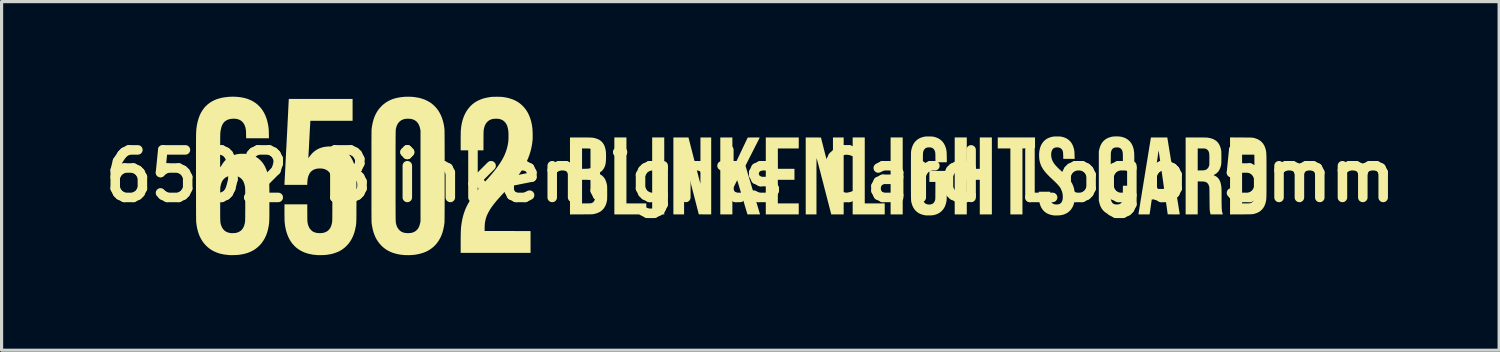
<source format=kicad_pcb>
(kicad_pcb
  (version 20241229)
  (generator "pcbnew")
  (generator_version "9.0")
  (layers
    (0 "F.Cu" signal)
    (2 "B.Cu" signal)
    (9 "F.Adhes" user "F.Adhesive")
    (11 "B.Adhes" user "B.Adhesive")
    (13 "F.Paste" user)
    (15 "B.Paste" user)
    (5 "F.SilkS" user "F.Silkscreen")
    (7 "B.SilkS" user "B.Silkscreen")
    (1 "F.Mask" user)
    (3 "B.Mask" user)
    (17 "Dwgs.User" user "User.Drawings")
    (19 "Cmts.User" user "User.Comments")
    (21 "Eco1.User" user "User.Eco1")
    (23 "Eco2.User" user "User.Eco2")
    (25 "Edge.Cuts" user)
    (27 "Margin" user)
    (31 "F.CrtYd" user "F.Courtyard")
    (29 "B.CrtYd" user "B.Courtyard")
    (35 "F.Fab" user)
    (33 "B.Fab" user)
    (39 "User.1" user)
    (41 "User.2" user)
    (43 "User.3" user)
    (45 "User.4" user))
  (footprint "6502 Blinkenlights Card Logo 5mm"
    (layer "F.Cu")
    (at 20.621 2.5)
    (property "Reference" "6502 Blinkenlights Card Logo 5mm" (at 0 0 0) (layer "F.SilkS") (effects (font (size 1.5 1.5) (thickness 0.3))))
    (attr board_only exclude_from_pos_files exclude_from_bom)
    (fp_poly (pts (xy -2.716 0) (xy -2.716 1.214) (xy -2.906 1.214) (xy -3.097 1.214) (xy -3.097 0) (xy -3.097 -1.214) (xy -2.906 -1.214) (xy -2.716 -1.214)) (stroke (width 0) (type solid)) (fill yes) (layer "F.SilkS"))
    (fp_poly (pts (xy 4.806 0) (xy 4.806 1.214) (xy 4.615 1.214) (xy 4.425 1.214) (xy 4.425 0) (xy 4.425 -1.214) (xy 4.615 -1.214) (xy 4.806 -1.214)) (stroke (width 0) (type solid)) (fill yes) (layer "F.SilkS"))
    (fp_poly (pts (xy -3.909 -0.173) (xy -3.909 0.867) (xy -3.596 0.867) (xy -3.283 0.867) (xy -3.283 1.041) (xy -3.283 1.214) (xy -3.786 1.214) (xy -4.29 1.214) (xy -4.29 0) (xy -4.29 -1.214) (xy -4.099 -1.214) (xy -3.909 -1.214)) (stroke (width 0) (type solid)) (fill yes) (layer "F.SilkS"))
    (fp_poly (pts (xy 3.609 -0.173) (xy 3.609 0.867) (xy 3.924 0.867) (xy 4.239 0.867) (xy 4.239 1.041) (xy 4.239 1.214) (xy 3.733 1.214) (xy 3.228 1.214) (xy 3.228 0) (xy 3.228 -1.214) (xy 3.418 -1.214) (xy 3.609 -1.214)) (stroke (width 0) (type solid)) (fill yes) (layer "F.SilkS"))
    (fp_poly (pts (xy 8.981 -1.041) (xy 8.981 -0.867) (xy 8.783 -0.867) (xy 8.584 -0.867) (xy 8.584 0.173) (xy 8.584 1.214) (xy 8.393 1.214) (xy 8.203 1.214) (xy 8.203 0.173) (xy 8.203 -0.867) (xy 8.004 -0.867) (xy 7.805 -0.867) (xy 7.805 -1.041) (xy 7.805 -1.214) (xy 8.393 -1.214) (xy 8.981 -1.214)) (stroke (width 0) (type solid)) (fill yes) (layer "F.SilkS"))
    (fp_poly (pts (xy 1.527 -1.041) (xy 1.527 -0.867) (xy 1.197 -0.867) (xy 0.867 -0.867) (xy 0.868 -0.547) (xy 0.869 -0.226) (xy 1.131 -0.225) (xy 1.392 -0.224) (xy 1.392 -0.051) (xy 1.392 0.123) (xy 1.13 0.123) (xy 0.867 0.123) (xy 0.867 0.495) (xy 0.867 0.867) (xy 1.197 0.867) (xy 1.527 0.867) (xy 1.527 1.041) (xy 1.527 1.214) (xy 1.007 1.214) (xy 0.487 1.214) (xy 0.487 0) (xy 0.487 -1.214) (xy 1.007 -1.214) (xy 1.527 -1.214)) (stroke (width 0) (type solid)) (fill yes) (layer "F.SilkS"))
    (fp_poly (pts (xy 6.828 -0.719) (xy 6.828 -0.224) (xy 7.033 -0.224) (xy 7.238 -0.224) (xy 7.238 -0.719) (xy 7.238 -1.214) (xy 7.429 -1.214) (xy 7.619 -1.214) (xy 7.619 0) (xy 7.619 1.214) (xy 7.429 1.214) (xy 7.238 1.214) (xy 7.238 0.668) (xy 7.238 0.123) (xy 7.033 0.123) (xy 6.828 0.123) (xy 6.828 0.668) (xy 6.828 1.214) (xy 6.638 1.214) (xy 6.447 1.214) (xy 6.447 0) (xy 6.447 -1.214) (xy 6.638 -1.214) (xy 6.828 -1.214)) (stroke (width 0) (type solid)) (fill yes) (layer "F.SilkS"))
    (fp_poly (pts (xy -1.766 -0.487) (xy -1.747 -0.41) (xy -1.728 -0.336) (xy -1.709 -0.264) (xy -1.692 -0.195) (xy -1.675 -0.13) (xy -1.659 -0.069) (xy -1.644 -0.012) (xy -1.631 0.041) (xy -1.618 0.088) (xy -1.607 0.129) (xy -1.598 0.165) (xy -1.59 0.194) (xy -1.584 0.217) (xy -1.58 0.232) (xy -1.578 0.24) (xy -1.577 0.241) (xy -1.577 0.237) (xy -1.576 0.225) (xy -1.576 0.205) (xy -1.576 0.178) (xy -1.575 0.144) (xy -1.575 0.104) (xy -1.575 0.059) (xy -1.575 0.007) (xy -1.574 -0.049) (xy -1.574 -0.11) (xy -1.574 -0.175) (xy -1.574 -0.244) (xy -1.574 -0.316) (xy -1.574 -0.391) (xy -1.574 -0.468) (xy -1.574 -0.487) (xy -1.574 -1.214) (xy -1.405 -1.214) (xy -1.235 -1.214) (xy -1.235 0.000042) (xy -1.235 1.214) (xy -1.43 1.213) (xy -1.626 1.212) (xy -1.853 0.33) (xy -1.875 0.246) (xy -1.896 0.163) (xy -1.917 0.084) (xy -1.937 0.007) (xy -1.956 -0.067) (xy -1.974 -0.137) (xy -1.991 -0.202) (xy -2.007 -0.264) (xy -2.021 -0.32) (xy -2.034 -0.372) (xy -2.046 -0.418) (xy -2.056 -0.458) (xy -2.065 -0.491) (xy -2.072 -0.518) (xy -2.077 -0.538) (xy -2.08 -0.551) (xy -2.081 -0.555) (xy -2.081 -0.555) (xy -2.085 -0.558) (xy -2.086 -0.558) (xy -2.086 -0.554) (xy -2.087 -0.542) (xy -2.087 -0.52) (xy -2.088 -0.491) (xy -2.088 -0.453) (xy -2.088 -0.407) (xy -2.089 -0.352) (xy -2.089 -0.289) (xy -2.089 -0.218) (xy -2.089 -0.138) (xy -2.09 -0.05) (xy -2.09 0.046) (xy -2.09 0.15) (xy -2.09 0.263) (xy -2.09 0.328) (xy -2.09 1.214) (xy -2.259 1.214) (xy -2.428 1.214) (xy -2.428 0) (xy -2.428 -1.214) (xy -2.19 -1.214) (xy -1.952 -1.214)) (stroke (width 0) (type solid)) (fill yes) (layer "F.SilkS"))
    (fp_poly (pts (xy 1.987 -1.213) (xy 2.227 -1.212) (xy 2.412 -0.487) (xy 2.431 -0.41) (xy 2.45 -0.336) (xy 2.469 -0.264) (xy 2.486 -0.196) (xy 2.503 -0.13) (xy 2.518 -0.069) (xy 2.533 -0.012) (xy 2.546 0.04) (xy 2.558 0.087) (xy 2.569 0.129) (xy 2.578 0.164) (xy 2.586 0.194) (xy 2.591 0.216) (xy 2.595 0.231) (xy 2.597 0.239) (xy 2.597 0.24) (xy 2.601 0.241) (xy 2.602 0.241) (xy 2.602 0.237) (xy 2.603 0.224) (xy 2.603 0.203) (xy 2.604 0.174) (xy 2.604 0.136) (xy 2.605 0.09) (xy 2.605 0.035) (xy 2.605 -0.028) (xy 2.606 -0.099) (xy 2.606 -0.178) (xy 2.606 -0.266) (xy 2.606 -0.362) (xy 2.606 -0.466) (xy 2.606 -0.487) (xy 2.606 -1.214) (xy 2.775 -1.214) (xy 2.944 -1.214) (xy 2.944 0) (xy 2.944 1.214) (xy 2.749 1.214) (xy 2.553 1.214) (xy 2.324 0.329) (xy 2.301 0.237) (xy 2.278 0.148) (xy 2.255 0.063) (xy 2.234 -0.018) (xy 2.215 -0.095) (xy 2.196 -0.166) (xy 2.178 -0.233) (xy 2.162 -0.294) (xy 2.148 -0.35) (xy 2.134 -0.4) (xy 2.123 -0.443) (xy 2.113 -0.48) (xy 2.105 -0.51) (xy 2.098 -0.533) (xy 2.094 -0.549) (xy 2.091 -0.557) (xy 2.091 -0.557) (xy 2.09 -0.556) (xy 2.09 -0.551) (xy 2.089 -0.543) (xy 2.089 -0.53) (xy 2.088 -0.514) (xy 2.088 -0.493) (xy 2.087 -0.467) (xy 2.087 -0.436) (xy 2.087 -0.4) (xy 2.087 -0.358) (xy 2.086 -0.31) (xy 2.086 -0.256) (xy 2.086 -0.195) (xy 2.086 -0.128) (xy 2.086 -0.054) (xy 2.086 0.028) (xy 2.086 0.117) (xy 2.086 0.214) (xy 2.086 0.319) (xy 2.086 0.328) (xy 2.086 1.214) (xy 1.916 1.214) (xy 1.747 1.214) (xy 1.747 -0.000035) (xy 1.747 -1.214)) (stroke (width 0) (type solid)) (fill yes) (layer "F.SilkS"))
    (fp_poly (pts (xy -0.566 -0.704) (xy -0.565 -0.194) (xy -0.324 -0.703) (xy -0.082 -1.212) (xy 0.107 -1.213) (xy 0.146 -1.213) (xy 0.182 -1.213) (xy 0.215 -1.213) (xy 0.244 -1.213) (xy 0.267 -1.213) (xy 0.284 -1.212) (xy 0.294 -1.212) (xy 0.296 -1.211) (xy 0.294 -1.207) (xy 0.289 -1.196) (xy 0.28 -1.178) (xy 0.268 -1.155) (xy 0.253 -1.125) (xy 0.236 -1.09) (xy 0.216 -1.051) (xy 0.194 -1.007) (xy 0.169 -0.96) (xy 0.144 -0.909) (xy 0.117 -0.855) (xy 0.088 -0.8) (xy 0.072 -0.768) (xy 0.043 -0.711) (xy 0.015 -0.656) (xy -0.012 -0.603) (xy -0.037 -0.554) (xy -0.06 -0.508) (xy -0.081 -0.465) (xy -0.1 -0.428) (xy -0.116 -0.395) (xy -0.13 -0.368) (xy -0.14 -0.346) (xy -0.148 -0.331) (xy -0.152 -0.322) (xy -0.152 -0.321) (xy -0.151 -0.316) (xy -0.148 -0.304) (xy -0.142 -0.284) (xy -0.134 -0.258) (xy -0.124 -0.225) (xy -0.113 -0.185) (xy -0.099 -0.141) (xy -0.085 -0.091) (xy -0.068 -0.036) (xy -0.05 0.024) (xy -0.031 0.088) (xy -0.011 0.155) (xy 0.01 0.225) (xy 0.032 0.299) (xy 0.054 0.375) (xy 0.074 0.44) (xy 0.098 0.518) (xy 0.12 0.594) (xy 0.142 0.667) (xy 0.163 0.737) (xy 0.183 0.804) (xy 0.202 0.867) (xy 0.22 0.926) (xy 0.236 0.98) (xy 0.251 1.03) (xy 0.264 1.074) (xy 0.276 1.113) (xy 0.285 1.145) (xy 0.293 1.171) (xy 0.299 1.19) (xy 0.302 1.201) (xy 0.303 1.205) (xy 0.306 1.214) (xy 0.107 1.214) (xy -0.091 1.214) (xy -0.252 0.675) (xy -0.271 0.609) (xy -0.29 0.546) (xy -0.308 0.486) (xy -0.326 0.429) (xy -0.342 0.375) (xy -0.356 0.326) (xy -0.37 0.281) (xy -0.382 0.241) (xy -0.392 0.207) (xy -0.401 0.179) (xy -0.408 0.158) (xy -0.412 0.143) (xy -0.415 0.136) (xy -0.415 0.135) (xy -0.417 0.139) (xy -0.423 0.15) (xy -0.431 0.166) (xy -0.442 0.188) (xy -0.455 0.214) (xy -0.47 0.243) (xy -0.486 0.276) (xy -0.492 0.288) (xy -0.567 0.441) (xy -0.567 0.827) (xy -0.567 1.214) (xy -0.757 1.214) (xy -0.948 1.214) (xy -0.948 0) (xy -0.948 -1.214) (xy -0.757 -1.214) (xy -0.567 -1.214)) (stroke (width 0) (type solid)) (fill yes) (layer "F.SilkS"))
    (fp_poly (pts (xy 15.476 -1.213) (xy 15.54 -1.213) (xy 15.596 -1.212) (xy 15.645 -1.212) (xy 15.687 -1.212) (xy 15.724 -1.211) (xy 15.755 -1.211) (xy 15.782 -1.21) (xy 15.804 -1.209) (xy 15.824 -1.208) (xy 15.841 -1.206) (xy 15.855 -1.204) (xy 15.869 -1.202) (xy 15.882 -1.199) (xy 15.894 -1.196) (xy 15.908 -1.193) (xy 15.922 -1.188) (xy 15.93 -1.186) (xy 15.99 -1.165) (xy 16.044 -1.137) (xy 16.094 -1.103) (xy 16.138 -1.062) (xy 16.177 -1.016) (xy 16.209 -0.964) (xy 16.236 -0.906) (xy 16.256 -0.843) (xy 16.256 -0.843) (xy 16.259 -0.829) (xy 16.262 -0.816) (xy 16.265 -0.803) (xy 16.268 -0.79) (xy 16.27 -0.776) (xy 16.272 -0.762) (xy 16.274 -0.746) (xy 16.276 -0.728) (xy 16.277 -0.707) (xy 16.278 -0.684) (xy 16.279 -0.658) (xy 16.28 -0.628) (xy 16.281 -0.594) (xy 16.282 -0.556) (xy 16.282 -0.513) (xy 16.282 -0.465) (xy 16.283 -0.411) (xy 16.283 -0.35) (xy 16.283 -0.283) (xy 16.283 -0.21) (xy 16.283 -0.128) (xy 16.283 -0.039) (xy 16.283 0) (xy 16.283 0.092) (xy 16.283 0.177) (xy 16.283 0.254) (xy 16.283 0.323) (xy 16.283 0.386) (xy 16.283 0.443) (xy 16.282 0.494) (xy 16.282 0.539) (xy 16.281 0.579) (xy 16.281 0.615) (xy 16.28 0.646) (xy 16.279 0.674) (xy 16.278 0.698) (xy 16.276 0.719) (xy 16.275 0.738) (xy 16.273 0.755) (xy 16.271 0.771) (xy 16.269 0.785) (xy 16.266 0.798) (xy 16.263 0.811) (xy 16.26 0.824) (xy 16.257 0.837) (xy 16.256 0.843) (xy 16.236 0.906) (xy 16.209 0.964) (xy 16.177 1.016) (xy 16.138 1.062) (xy 16.094 1.103) (xy 16.045 1.137) (xy 15.99 1.165) (xy 15.93 1.186) (xy 15.93 1.186) (xy 15.915 1.191) (xy 15.901 1.194) (xy 15.888 1.198) (xy 15.875 1.201) (xy 15.862 1.203) (xy 15.848 1.205) (xy 15.832 1.207) (xy 15.814 1.208) (xy 15.793 1.209) (xy 15.768 1.21) (xy 15.74 1.211) (xy 15.706 1.211) (xy 15.666 1.212) (xy 15.621 1.212) (xy 15.568 1.213) (xy 15.508 1.213) (xy 15.476 1.213) (xy 15.133 1.215) (xy 15.133 0) (xy 15.133 -0.867) (xy 15.513 -0.867) (xy 15.513 0) (xy 15.513 0.867) (xy 15.629 0.867) (xy 15.664 0.867) (xy 15.693 0.867) (xy 15.715 0.866) (xy 15.732 0.866) (xy 15.746 0.864) (xy 15.757 0.863) (xy 15.767 0.861) (xy 15.773 0.859) (xy 15.807 0.846) (xy 15.835 0.828) (xy 15.858 0.804) (xy 15.876 0.774) (xy 15.889 0.737) (xy 15.898 0.693) (xy 15.898 0.689) (xy 15.899 0.679) (xy 15.899 0.661) (xy 15.9 0.635) (xy 15.9 0.601) (xy 15.901 0.558) (xy 15.901 0.508) (xy 15.902 0.45) (xy 15.902 0.385) (xy 15.902 0.312) (xy 15.902 0.232) (xy 15.902 0.144) (xy 15.902 0.05) (xy 15.902 0) (xy 15.902 -0.098) (xy 15.902 -0.189) (xy 15.902 -0.273) (xy 15.902 -0.35) (xy 15.902 -0.419) (xy 15.901 -0.481) (xy 15.901 -0.534) (xy 15.901 -0.581) (xy 15.9 -0.619) (xy 15.9 -0.649) (xy 15.899 -0.671) (xy 15.898 -0.685) (xy 15.898 -0.689) (xy 15.89 -0.733) (xy 15.877 -0.771) (xy 15.86 -0.802) (xy 15.837 -0.826) (xy 15.809 -0.845) (xy 15.776 -0.858) (xy 15.773 -0.859) (xy 15.763 -0.862) (xy 15.752 -0.864) (xy 15.74 -0.865) (xy 15.725 -0.866) (xy 15.705 -0.867) (xy 15.681 -0.867) (xy 15.649 -0.867) (xy 15.629 -0.867) (xy 15.513 -0.867) (xy 15.133 -0.867) (xy 15.133 -1.215)) (stroke (width 0) (type solid)) (fill yes) (layer "F.SilkS"))
    (fp_poly (pts (xy 11.595 -1.246) (xy 11.634 -1.244) (xy 11.67 -1.24) (xy 11.699 -1.236) (xy 11.765 -1.218) (xy 11.826 -1.195) (xy 11.881 -1.165) (xy 11.93 -1.128) (xy 11.974 -1.086) (xy 12.012 -1.038) (xy 12.043 -0.983) (xy 12.069 -0.923) (xy 12.089 -0.857) (xy 12.095 -0.827) (xy 12.099 -0.803) (xy 12.103 -0.779) (xy 12.106 -0.755) (xy 12.108 -0.728) (xy 12.11 -0.698) (xy 12.111 -0.664) (xy 12.112 -0.625) (xy 12.112 -0.579) (xy 12.112 -0.547) (xy 12.112 -0.398) (xy 11.932 -0.398) (xy 11.752 -0.398) (xy 11.752 -0.548) (xy 11.752 -0.596) (xy 11.752 -0.636) (xy 11.751 -0.67) (xy 11.75 -0.699) (xy 11.748 -0.723) (xy 11.746 -0.742) (xy 11.743 -0.759) (xy 11.739 -0.774) (xy 11.735 -0.788) (xy 11.735 -0.789) (xy 11.723 -0.816) (xy 11.71 -0.838) (xy 11.692 -0.857) (xy 11.69 -0.86) (xy 11.666 -0.877) (xy 11.641 -0.89) (xy 11.611 -0.898) (xy 11.576 -0.901) (xy 11.56 -0.901) (xy 11.517 -0.898) (xy 11.48 -0.889) (xy 11.449 -0.874) (xy 11.423 -0.853) (xy 11.403 -0.824) (xy 11.387 -0.789) (xy 11.375 -0.747) (xy 11.375 -0.747) (xy 11.375 -0.742) (xy 11.374 -0.734) (xy 11.373 -0.724) (xy 11.373 -0.711) (xy 11.372 -0.695) (xy 11.372 -0.675) (xy 11.371 -0.651) (xy 11.371 -0.622) (xy 11.371 -0.589) (xy 11.37 -0.55) (xy 11.37 -0.506) (xy 11.37 -0.456) (xy 11.37 -0.4) (xy 11.37 -0.337) (xy 11.37 -0.267) (xy 11.37 -0.19) (xy 11.37 -0.105) (xy 11.37 -0.013) (xy 11.37 0.006) (xy 11.37 0.098) (xy 11.37 0.182) (xy 11.37 0.258) (xy 11.37 0.327) (xy 11.37 0.389) (xy 11.37 0.445) (xy 11.37 0.494) (xy 11.37 0.538) (xy 11.37 0.576) (xy 11.37 0.609) (xy 11.371 0.638) (xy 11.371 0.662) (xy 11.371 0.683) (xy 11.372 0.7) (xy 11.372 0.715) (xy 11.373 0.726) (xy 11.374 0.736) (xy 11.374 0.743) (xy 11.375 0.749) (xy 11.376 0.754) (xy 11.377 0.758) (xy 11.377 0.759) (xy 11.39 0.8) (xy 11.408 0.833) (xy 11.43 0.86) (xy 11.457 0.879) (xy 11.489 0.893) (xy 11.527 0.9) (xy 11.56 0.901) (xy 11.602 0.899) (xy 11.639 0.89) (xy 11.67 0.876) (xy 11.696 0.855) (xy 11.717 0.829) (xy 11.727 0.811) (xy 11.731 0.8) (xy 11.736 0.79) (xy 11.739 0.781) (xy 11.742 0.77) (xy 11.744 0.758) (xy 11.746 0.743) (xy 11.747 0.725) (xy 11.748 0.704) (xy 11.749 0.677) (xy 11.75 0.645) (xy 11.75 0.607) (xy 11.751 0.561) (xy 11.751 0.526) (xy 11.753 0.309) (xy 11.932 0.309) (xy 12.112 0.309) (xy 12.112 0.503) (xy 12.112 0.545) (xy 12.112 0.585) (xy 12.111 0.623) (xy 12.111 0.658) (xy 12.11 0.689) (xy 12.109 0.714) (xy 12.108 0.733) (xy 12.108 0.741) (xy 12.097 0.817) (xy 12.08 0.887) (xy 12.058 0.951) (xy 12.029 1.009) (xy 11.995 1.06) (xy 11.955 1.106) (xy 11.91 1.145) (xy 11.858 1.179) (xy 11.801 1.206) (xy 11.738 1.227) (xy 11.699 1.236) (xy 11.675 1.24) (xy 11.643 1.243) (xy 11.608 1.245) (xy 11.57 1.246) (xy 11.532 1.247) (xy 11.496 1.246) (xy 11.464 1.245) (xy 11.437 1.242) (xy 11.435 1.242) (xy 11.382 1.231) (xy 11.33 1.216) (xy 11.281 1.197) (xy 11.236 1.175) (xy 11.198 1.15) (xy 11.194 1.147) (xy 11.149 1.109) (xy 11.11 1.065) (xy 11.076 1.016) (xy 11.048 0.962) (xy 11.025 0.902) (xy 11.007 0.834) (xy 11.005 0.825) (xy 10.993 0.772) (xy 10.993 0) (xy 10.993 -0.772) (xy 11.005 -0.825) (xy 11.022 -0.893) (xy 11.045 -0.955) (xy 11.072 -1.01) (xy 11.105 -1.06) (xy 11.144 -1.104) (xy 11.188 -1.143) (xy 11.194 -1.147) (xy 11.236 -1.175) (xy 11.285 -1.199) (xy 11.338 -1.219) (xy 11.396 -1.234) (xy 11.443 -1.242) (xy 11.475 -1.245) (xy 11.512 -1.247) (xy 11.553 -1.247)) (stroke (width 0) (type solid)) (fill yes) (layer "F.SilkS"))
    (fp_poly (pts (xy 9.696 -1.246) (xy 9.732 -1.245) (xy 9.765 -1.244) (xy 9.793 -1.241) (xy 9.813 -1.238) (xy 9.875 -1.223) (xy 9.931 -1.203) (xy 9.982 -1.178) (xy 10.029 -1.147) (xy 10.029 -1.147) (xy 10.074 -1.108) (xy 10.113 -1.064) (xy 10.147 -1.012) (xy 10.175 -0.955) (xy 10.191 -0.911) (xy 10.201 -0.878) (xy 10.209 -0.848) (xy 10.216 -0.818) (xy 10.22 -0.788) (xy 10.224 -0.754) (xy 10.226 -0.716) (xy 10.228 -0.672) (xy 10.228 -0.648) (xy 10.23 -0.537) (xy 10.051 -0.538) (xy 9.872 -0.539) (xy 9.87 -0.639) (xy 9.869 -0.672) (xy 9.867 -0.702) (xy 9.866 -0.727) (xy 9.864 -0.747) (xy 9.862 -0.76) (xy 9.862 -0.761) (xy 9.849 -0.801) (xy 9.83 -0.834) (xy 9.806 -0.86) (xy 9.777 -0.88) (xy 9.742 -0.894) (xy 9.702 -0.901) (xy 9.658 -0.901) (xy 9.647 -0.9) (xy 9.609 -0.893) (xy 9.577 -0.878) (xy 9.549 -0.857) (xy 9.527 -0.829) (xy 9.51 -0.795) (xy 9.498 -0.755) (xy 9.491 -0.709) (xy 9.49 -0.658) (xy 9.49 -0.651) (xy 9.496 -0.594) (xy 9.508 -0.541) (xy 9.527 -0.489) (xy 9.535 -0.471) (xy 9.55 -0.442) (xy 9.568 -0.413) (xy 9.588 -0.384) (xy 9.611 -0.354) (xy 9.638 -0.322) (xy 9.67 -0.288) (xy 9.706 -0.251) (xy 9.748 -0.211) (xy 9.796 -0.167) (xy 9.806 -0.157) (xy 9.869 -0.1) (xy 9.925 -0.045) (xy 9.975 0.005) (xy 10.019 0.053) (xy 10.057 0.099) (xy 10.091 0.143) (xy 10.12 0.186) (xy 10.145 0.228) (xy 10.166 0.271) (xy 10.184 0.314) (xy 10.195 0.345) (xy 10.212 0.405) (xy 10.225 0.472) (xy 10.233 0.541) (xy 10.237 0.612) (xy 10.236 0.683) (xy 10.232 0.74) (xy 10.221 0.811) (xy 10.207 0.875) (xy 10.188 0.933) (xy 10.163 0.985) (xy 10.134 1.033) (xy 10.1 1.078) (xy 10.089 1.089) (xy 10.046 1.13) (xy 10 1.164) (xy 9.949 1.192) (xy 9.894 1.215) (xy 9.832 1.231) (xy 9.772 1.242) (xy 9.753 1.244) (xy 9.727 1.245) (xy 9.697 1.246) (xy 9.666 1.247) (xy 9.635 1.247) (xy 9.607 1.247) (xy 9.584 1.246) (xy 9.574 1.245) (xy 9.563 1.244) (xy 9.547 1.241) (xy 9.528 1.238) (xy 9.514 1.235) (xy 9.449 1.219) (xy 9.39 1.197) (xy 9.336 1.168) (xy 9.287 1.133) (xy 9.244 1.091) (xy 9.206 1.043) (xy 9.185 1.01) (xy 9.164 0.968) (xy 9.146 0.925) (xy 9.131 0.878) (xy 9.119 0.827) (xy 9.111 0.771) (xy 9.104 0.71) (xy 9.101 0.642) (xy 9.1 0.572) (xy 9.1 0.499) (xy 9.279 0.499) (xy 9.458 0.499) (xy 9.461 0.612) (xy 9.462 0.659) (xy 9.464 0.698) (xy 9.467 0.731) (xy 9.471 0.758) (xy 9.477 0.782) (xy 9.484 0.802) (xy 9.493 0.819) (xy 9.505 0.836) (xy 9.518 0.852) (xy 9.543 0.873) (xy 9.574 0.889) (xy 9.611 0.898) (xy 9.654 0.901) (xy 9.656 0.901) (xy 9.7 0.899) (xy 9.739 0.89) (xy 9.771 0.875) (xy 9.798 0.855) (xy 9.82 0.827) (xy 9.836 0.793) (xy 9.848 0.752) (xy 9.853 0.726) (xy 9.857 0.676) (xy 9.856 0.623) (xy 9.85 0.569) (xy 9.84 0.518) (xy 9.833 0.493) (xy 9.822 0.462) (xy 9.809 0.431) (xy 9.793 0.401) (xy 9.775 0.37) (xy 9.753 0.339) (xy 9.726 0.306) (xy 9.696 0.271) (xy 9.66 0.234) (xy 9.619 0.193) (xy 9.572 0.148) (xy 9.523 0.103) (xy 9.455 0.039) (xy 9.395 -0.021) (xy 9.341 -0.078) (xy 9.294 -0.133) (xy 9.253 -0.187) (xy 9.218 -0.24) (xy 9.188 -0.292) (xy 9.164 -0.345) (xy 9.145 -0.399) (xy 9.13 -0.453) (xy 9.119 -0.51) (xy 9.112 -0.57) (xy 9.11 -0.616) (xy 9.11 -0.695) (xy 9.116 -0.771) (xy 9.129 -0.842) (xy 9.148 -0.909) (xy 9.173 -0.97) (xy 9.204 -1.026) (xy 9.241 -1.076) (xy 9.255 -1.091) (xy 9.297 -1.131) (xy 9.344 -1.165) (xy 9.395 -1.193) (xy 9.453 -1.216) (xy 9.517 -1.234) (xy 9.538 -1.238) (xy 9.56 -1.241) (xy 9.589 -1.244) (xy 9.622 -1.245) (xy 9.659 -1.246)) (stroke (width 0) (type solid)) (fill yes) (layer "F.SilkS"))
    (fp_poly (pts (xy 14.105 -1.214) (xy 14.161 -1.214) (xy 14.213 -1.214) (xy 14.26 -1.213) (xy 14.301 -1.213) (xy 14.337 -1.212) (xy 14.365 -1.211) (xy 14.387 -1.211) (xy 14.4 -1.21) (xy 14.401 -1.21) (xy 14.473 -1.2) (xy 14.538 -1.184) (xy 14.596 -1.164) (xy 14.648 -1.138) (xy 14.694 -1.107) (xy 14.735 -1.069) (xy 14.769 -1.026) (xy 14.799 -0.976) (xy 14.823 -0.92) (xy 14.842 -0.857) (xy 14.852 -0.811) (xy 14.854 -0.801) (xy 14.855 -0.789) (xy 14.857 -0.776) (xy 14.858 -0.761) (xy 14.858 -0.741) (xy 14.859 -0.718) (xy 14.859 -0.689) (xy 14.86 -0.655) (xy 14.86 -0.613) (xy 14.86 -0.586) (xy 14.86 -0.538) (xy 14.859 -0.498) (xy 14.859 -0.464) (xy 14.858 -0.435) (xy 14.858 -0.411) (xy 14.856 -0.391) (xy 14.854 -0.373) (xy 14.852 -0.356) (xy 14.849 -0.34) (xy 14.845 -0.323) (xy 14.84 -0.305) (xy 14.838 -0.296) (xy 14.828 -0.266) (xy 14.816 -0.233) (xy 14.801 -0.201) (xy 14.786 -0.173) (xy 14.777 -0.158) (xy 14.744 -0.117) (xy 14.705 -0.082) (xy 14.66 -0.052) (xy 14.647 -0.044) (xy 14.632 -0.036) (xy 14.621 -0.029) (xy 14.615 -0.025) (xy 14.615 -0.024) (xy 14.618 -0.021) (xy 14.628 -0.016) (xy 14.641 -0.01) (xy 14.645 -0.009) (xy 14.689 0.012) (xy 14.728 0.04) (xy 14.761 0.074) (xy 14.79 0.114) (xy 14.814 0.161) (xy 14.833 0.215) (xy 14.843 0.254) (xy 14.847 0.274) (xy 14.851 0.294) (xy 14.854 0.314) (xy 14.857 0.335) (xy 14.86 0.358) (xy 14.861 0.384) (xy 14.863 0.412) (xy 14.864 0.445) (xy 14.865 0.482) (xy 14.865 0.525) (xy 14.866 0.574) (xy 14.866 0.63) (xy 14.866 0.684) (xy 14.866 0.755) (xy 14.866 0.819) (xy 14.867 0.875) (xy 14.868 0.925) (xy 14.869 0.968) (xy 14.87 1.006) (xy 14.872 1.039) (xy 14.874 1.068) (xy 14.876 1.093) (xy 14.879 1.115) (xy 14.883 1.135) (xy 14.887 1.152) (xy 14.891 1.168) (xy 14.896 1.183) (xy 14.898 1.187) (xy 14.908 1.214) (xy 14.714 1.214) (xy 14.52 1.214) (xy 14.516 1.198) (xy 14.511 1.183) (xy 14.507 1.168) (xy 14.504 1.155) (xy 14.501 1.141) (xy 14.498 1.126) (xy 14.496 1.11) (xy 14.494 1.092) (xy 14.492 1.071) (xy 14.491 1.047) (xy 14.49 1.019) (xy 14.489 0.987) (xy 14.488 0.949) (xy 14.487 0.906) (xy 14.487 0.856) (xy 14.486 0.799) (xy 14.486 0.735) (xy 14.485 0.715) (xy 14.485 0.652) (xy 14.484 0.598) (xy 14.484 0.55) (xy 14.483 0.509) (xy 14.483 0.475) (xy 14.482 0.446) (xy 14.482 0.421) (xy 14.481 0.401) (xy 14.481 0.385) (xy 14.48 0.372) (xy 14.479 0.361) (xy 14.478 0.353) (xy 14.477 0.345) (xy 14.475 0.339) (xy 14.474 0.332) (xy 14.473 0.331) (xy 14.46 0.291) (xy 14.444 0.258) (xy 14.423 0.231) (xy 14.399 0.21) (xy 14.377 0.198) (xy 14.358 0.19) (xy 14.338 0.184) (xy 14.315 0.18) (xy 14.288 0.176) (xy 14.255 0.175) (xy 14.217 0.174) (xy 14.199 0.174) (xy 14.113 0.173) (xy 14.113 0.694) (xy 14.113 1.214) (xy 13.923 1.214) (xy 13.732 1.214) (xy 13.732 0) (xy 13.732 -0.868) (xy 14.113 -0.868) (xy 14.113 -0.52) (xy 14.113 -0.172) (xy 14.216 -0.175) (xy 14.25 -0.175) (xy 14.278 -0.176) (xy 14.299 -0.177) (xy 14.316 -0.179) (xy 14.329 -0.181) (xy 14.339 -0.183) (xy 14.341 -0.184) (xy 14.37 -0.194) (xy 14.393 -0.207) (xy 14.414 -0.223) (xy 14.416 -0.226) (xy 14.433 -0.243) (xy 14.446 -0.261) (xy 14.457 -0.283) (xy 14.467 -0.308) (xy 14.479 -0.341) (xy 14.48 -0.506) (xy 14.481 -0.554) (xy 14.481 -0.595) (xy 14.48 -0.629) (xy 14.479 -0.658) (xy 14.478 -0.682) (xy 14.476 -0.702) (xy 14.473 -0.72) (xy 14.47 -0.735) (xy 14.466 -0.75) (xy 14.461 -0.765) (xy 14.46 -0.768) (xy 14.447 -0.793) (xy 14.427 -0.816) (xy 14.404 -0.837) (xy 14.379 -0.852) (xy 14.373 -0.855) (xy 14.365 -0.858) (xy 14.358 -0.86) (xy 14.349 -0.862) (xy 14.339 -0.863) (xy 14.325 -0.864) (xy 14.307 -0.865) (xy 14.284 -0.866) (xy 14.254 -0.866) (xy 14.23 -0.866) (xy 14.113 -0.868) (xy 13.732 -0.868) (xy 13.732 -1.214) (xy 14.045 -1.214)) (stroke (width 0) (type solid)) (fill yes) (layer "F.SilkS"))
    (fp_poly (pts (xy -5.304 -1.214) (xy -5.243 -1.214) (xy -5.189 -1.214) (xy -5.142 -1.213) (xy -5.101 -1.212) (xy -5.065 -1.211) (xy -5.033 -1.21) (xy -5.005 -1.208) (xy -4.981 -1.206) (xy -4.959 -1.203) (xy -4.939 -1.2) (xy -4.921 -1.196) (xy -4.903 -1.192) (xy -4.885 -1.186) (xy -4.866 -1.181) (xy -4.858 -1.178) (xy -4.811 -1.161) (xy -4.77 -1.141) (xy -4.734 -1.118) (xy -4.701 -1.09) (xy -4.693 -1.082) (xy -4.658 -1.044) (xy -4.629 -1.002) (xy -4.605 -0.956) (xy -4.586 -0.904) (xy -4.572 -0.849) (xy -4.565 -0.82) (xy -4.561 -0.791) (xy -4.557 -0.76) (xy -4.555 -0.727) (xy -4.553 -0.69) (xy -4.552 -0.647) (xy -4.552 -0.612) (xy -4.553 -0.55) (xy -4.555 -0.496) (xy -4.559 -0.448) (xy -4.564 -0.405) (xy -4.572 -0.366) (xy -4.581 -0.33) (xy -4.593 -0.297) (xy -4.607 -0.264) (xy -4.634 -0.218) (xy -4.667 -0.175) (xy -4.706 -0.138) (xy -4.75 -0.107) (xy -4.777 -0.093) (xy -4.788 -0.087) (xy -4.795 -0.082) (xy -4.796 -0.079) (xy -4.792 -0.076) (xy -4.782 -0.071) (xy -4.768 -0.064) (xy -4.764 -0.062) (xy -4.715 -0.037) (xy -4.671 -0.005) (xy -4.633 0.032) (xy -4.6 0.075) (xy -4.572 0.125) (xy -4.55 0.181) (xy -4.532 0.244) (xy -4.524 0.281) (xy -4.522 0.292) (xy -4.521 0.303) (xy -4.519 0.315) (xy -4.518 0.329) (xy -4.518 0.346) (xy -4.517 0.367) (xy -4.517 0.393) (xy -4.516 0.424) (xy -4.516 0.461) (xy -4.516 0.506) (xy -4.516 0.531) (xy -4.516 0.579) (xy -4.516 0.62) (xy -4.516 0.654) (xy -4.517 0.683) (xy -4.517 0.706) (xy -4.518 0.725) (xy -4.519 0.741) (xy -4.52 0.754) (xy -4.521 0.765) (xy -4.523 0.776) (xy -4.524 0.781) (xy -4.536 0.839) (xy -4.552 0.89) (xy -4.571 0.937) (xy -4.594 0.98) (xy -4.622 1.021) (xy -4.622 1.022) (xy -4.661 1.066) (xy -4.705 1.105) (xy -4.756 1.138) (xy -4.812 1.165) (xy -4.875 1.187) (xy -4.939 1.202) (xy -4.948 1.204) (xy -4.956 1.205) (xy -4.965 1.207) (xy -4.975 1.208) (xy -4.987 1.209) (xy -5.001 1.209) (xy -5.018 1.21) (xy -5.039 1.211) (xy -5.063 1.211) (xy -5.093 1.211) (xy -5.127 1.212) (xy -5.168 1.212) (xy -5.215 1.212) (xy -5.27 1.213) (xy -5.332 1.213) (xy -5.338 1.213) (xy -5.69 1.215) (xy -5.69 0.123) (xy -5.309 0.123) (xy -5.309 0.495) (xy -5.309 0.868) (xy -5.171 0.866) (xy -5.131 0.866) (xy -5.099 0.865) (xy -5.074 0.865) (xy -5.054 0.864) (xy -5.039 0.863) (xy -5.027 0.861) (xy -5.018 0.86) (xy -5.011 0.858) (xy -5.011 0.858) (xy -4.977 0.842) (xy -4.95 0.821) (xy -4.928 0.793) (xy -4.913 0.76) (xy -4.912 0.76) (xy -4.908 0.746) (xy -4.904 0.733) (xy -4.901 0.718) (xy -4.899 0.702) (xy -4.897 0.684) (xy -4.896 0.661) (xy -4.896 0.635) (xy -4.895 0.603) (xy -4.895 0.565) (xy -4.896 0.52) (xy -4.896 0.493) (xy -4.896 0.448) (xy -4.897 0.41) (xy -4.898 0.38) (xy -4.898 0.355) (xy -4.899 0.335) (xy -4.9 0.319) (xy -4.901 0.307) (xy -4.903 0.296) (xy -4.905 0.288) (xy -4.905 0.286) (xy -4.919 0.243) (xy -4.937 0.207) (xy -4.96 0.178) (xy -4.987 0.156) (xy -5.003 0.148) (xy -5.019 0.141) (xy -5.034 0.135) (xy -5.05 0.131) (xy -5.069 0.128) (xy -5.09 0.125) (xy -5.116 0.124) (xy -5.148 0.123) (xy -5.186 0.123) (xy -5.198 0.123) (xy -5.309 0.123) (xy -5.69 0.123) (xy -5.69 0.000202) (xy -5.69 -0.868) (xy -5.309 -0.868) (xy -5.309 -0.545) (xy -5.309 -0.223) (xy -5.207 -0.225) (xy -5.17 -0.227) (xy -5.14 -0.228) (xy -5.116 -0.229) (xy -5.099 -0.231) (xy -5.085 -0.233) (xy -5.079 -0.235) (xy -5.041 -0.249) (xy -5.009 -0.267) (xy -4.984 -0.292) (xy -4.963 -0.322) (xy -4.948 -0.36) (xy -4.946 -0.365) (xy -4.943 -0.376) (xy -4.941 -0.385) (xy -4.939 -0.395) (xy -4.937 -0.407) (xy -4.936 -0.421) (xy -4.936 -0.439) (xy -4.935 -0.463) (xy -4.934 -0.492) (xy -4.934 -0.529) (xy -4.933 -0.575) (xy -4.933 -0.614) (xy -4.934 -0.646) (xy -4.935 -0.673) (xy -4.938 -0.696) (xy -4.941 -0.716) (xy -4.945 -0.734) (xy -4.95 -0.751) (xy -4.95 -0.753) (xy -4.966 -0.789) (xy -4.988 -0.818) (xy -5.014 -0.841) (xy -5.042 -0.855) (xy -5.05 -0.858) (xy -5.057 -0.86) (xy -5.065 -0.862) (xy -5.076 -0.863) (xy -5.09 -0.864) (xy -5.108 -0.865) (xy -5.132 -0.866) (xy -5.163 -0.866) (xy -5.188 -0.866) (xy -5.309 -0.868) (xy -5.69 -0.868) (xy -5.69 -1.214) (xy -5.373 -1.214)) (stroke (width 0) (type solid)) (fill yes) (layer "F.SilkS"))
    (fp_poly (pts (xy 13.155 -1.205) (xy 13.156 -1.199) (xy 13.158 -1.186) (xy 13.161 -1.165) (xy 13.166 -1.137) (xy 13.172 -1.102) (xy 13.178 -1.061) (xy 13.186 -1.015) (xy 13.194 -0.962) (xy 13.204 -0.905) (xy 13.214 -0.843) (xy 13.225 -0.776) (xy 13.236 -0.706) (xy 13.248 -0.632) (xy 13.261 -0.556) (xy 13.274 -0.476) (xy 13.287 -0.395) (xy 13.3 -0.311) (xy 13.314 -0.226) (xy 13.328 -0.14) (xy 13.342 -0.053) (xy 13.356 0.034) (xy 13.371 0.121) (xy 13.385 0.207) (xy 13.398 0.293) (xy 13.412 0.377) (xy 13.425 0.459) (xy 13.438 0.539) (xy 13.451 0.616) (xy 13.463 0.691) (xy 13.474 0.762) (xy 13.485 0.829) (xy 13.496 0.893) (xy 13.505 0.951) (xy 13.514 1.005) (xy 13.521 1.053) (xy 13.528 1.096) (xy 13.534 1.132) (xy 13.539 1.161) (xy 13.542 1.184) (xy 13.545 1.199) (xy 13.546 1.207) (xy 13.546 1.207) (xy 13.545 1.209) (xy 13.543 1.21) (xy 13.538 1.211) (xy 13.531 1.212) (xy 13.519 1.213) (xy 13.503 1.213) (xy 13.481 1.213) (xy 13.454 1.214) (xy 13.419 1.213) (xy 13.378 1.213) (xy 13.357 1.213) (xy 13.167 1.212) (xy 13.134 0.976) (xy 13.1 0.74) (xy 12.881 0.74) (xy 12.831 0.74) (xy 12.79 0.74) (xy 12.755 0.741) (xy 12.727 0.741) (xy 12.705 0.741) (xy 12.688 0.742) (xy 12.676 0.743) (xy 12.668 0.743) (xy 12.664 0.745) (xy 12.662 0.746) (xy 12.662 0.746) (xy 12.661 0.751) (xy 12.66 0.764) (xy 12.657 0.783) (xy 12.654 0.807) (xy 12.649 0.836) (xy 12.645 0.869) (xy 12.64 0.904) (xy 12.634 0.941) (xy 12.629 0.979) (xy 12.623 1.017) (xy 12.618 1.054) (xy 12.613 1.089) (xy 12.608 1.12) (xy 12.604 1.148) (xy 12.601 1.171) (xy 12.598 1.189) (xy 12.596 1.199) (xy 12.596 1.2) (xy 12.594 1.214) (xy 12.418 1.214) (xy 12.369 1.214) (xy 12.329 1.214) (xy 12.296 1.213) (xy 12.271 1.213) (xy 12.254 1.212) (xy 12.245 1.211) (xy 12.243 1.21) (xy 12.244 1.205) (xy 12.246 1.193) (xy 12.249 1.173) (xy 12.253 1.146) (xy 12.259 1.112) (xy 12.265 1.071) (xy 12.273 1.025) (xy 12.281 0.973) (xy 12.29 0.916) (xy 12.301 0.854) (xy 12.311 0.787) (xy 12.323 0.717) (xy 12.335 0.642) (xy 12.347 0.565) (xy 12.36 0.485) (xy 12.372 0.41) (xy 12.708 0.41) (xy 12.879 0.41) (xy 12.922 0.41) (xy 12.957 0.41) (xy 12.985 0.41) (xy 13.007 0.41) (xy 13.024 0.409) (xy 13.035 0.409) (xy 13.043 0.408) (xy 13.048 0.407) (xy 13.05 0.405) (xy 13.051 0.404) (xy 13.051 0.403) (xy 13.051 0.397) (xy 13.049 0.384) (xy 13.046 0.363) (xy 13.043 0.336) (xy 13.038 0.302) (xy 13.033 0.264) (xy 13.027 0.22) (xy 13.02 0.173) (xy 13.013 0.121) (xy 13.005 0.067) (xy 12.997 0.01) (xy 12.989 -0.049) (xy 12.98 -0.109) (xy 12.972 -0.17) (xy 12.963 -0.231) (xy 12.954 -0.292) (xy 12.946 -0.352) (xy 12.937 -0.411) (xy 12.929 -0.467) (xy 12.921 -0.521) (xy 12.914 -0.571) (xy 12.907 -0.618) (xy 12.901 -0.66) (xy 12.896 -0.697) (xy 12.891 -0.729) (xy 12.887 -0.755) (xy 12.884 -0.773) (xy 12.882 -0.785) (xy 12.881 -0.789) (xy 12.877 -0.791) (xy 12.876 -0.791) (xy 12.876 -0.786) (xy 12.874 -0.774) (xy 12.871 -0.755) (xy 12.867 -0.728) (xy 12.862 -0.695) (xy 12.857 -0.656) (xy 12.851 -0.611) (xy 12.844 -0.561) (xy 12.836 -0.507) (xy 12.828 -0.449) (xy 12.819 -0.387) (xy 12.81 -0.322) (xy 12.801 -0.254) (xy 12.794 -0.201) (xy 12.784 -0.131) (xy 12.775 -0.064) (xy 12.766 0.001) (xy 12.757 0.063) (xy 12.749 0.121) (xy 12.741 0.175) (xy 12.735 0.224) (xy 12.728 0.268) (xy 12.723 0.307) (xy 12.719 0.339) (xy 12.715 0.365) (xy 12.712 0.384) (xy 12.711 0.395) (xy 12.71 0.399) (xy 12.708 0.41) (xy 12.372 0.41) (xy 12.374 0.402) (xy 12.388 0.317) (xy 12.402 0.23) (xy 12.416 0.142) (xy 12.431 0.053) (xy 12.445 -0.037) (xy 12.46 -0.126) (xy 12.474 -0.216) (xy 12.489 -0.304) (xy 12.503 -0.392) (xy 12.517 -0.479) (xy 12.531 -0.563) (xy 12.544 -0.646) (xy 12.557 -0.725) (xy 12.57 -0.802) (xy 12.582 -0.876) (xy 12.593 -0.945) (xy 12.599 -0.979) (xy 12.606 -1.022) (xy 12.612 -1.063) (xy 12.618 -1.1) (xy 12.624 -1.133) (xy 12.628 -1.162) (xy 12.632 -1.185) (xy 12.635 -1.201) (xy 12.636 -1.211) (xy 12.637 -1.213) (xy 12.641 -1.213) (xy 12.652 -1.213) (xy 12.671 -1.213) (xy 12.696 -1.214) (xy 12.727 -1.214) (xy 12.763 -1.214) (xy 12.802 -1.214) (xy 12.845 -1.214) (xy 12.891 -1.214) (xy 12.895 -1.214) (xy 13.153 -1.214)) (stroke (width 0) (type solid)) (fill yes) (layer "F.SilkS"))
    (fp_poly (pts (xy -7.96 -2.497) (xy -7.922 -2.497) (xy -7.888 -2.496) (xy -7.859 -2.494) (xy -7.839 -2.493) (xy -7.751 -2.481) (xy -7.669 -2.466) (xy -7.593 -2.446) (xy -7.52 -2.422) (xy -7.45 -2.394) (xy -7.41 -2.375) (xy -7.345 -2.339) (xy -7.285 -2.298) (xy -7.227 -2.252) (xy -7.171 -2.198) (xy -7.169 -2.195) (xy -7.112 -2.131) (xy -7.061 -2.061) (xy -7.016 -1.986) (xy -6.977 -1.904) (xy -6.944 -1.818) (xy -6.916 -1.725) (xy -6.894 -1.626) (xy -6.878 -1.521) (xy -6.877 -1.508) (xy -6.874 -1.481) (xy -6.872 -1.447) (xy -6.87 -1.408) (xy -6.868 -1.366) (xy -6.867 -1.322) (xy -6.867 -1.279) (xy -6.867 -1.237) (xy -6.867 -1.198) (xy -6.868 -1.165) (xy -6.87 -1.138) (xy -6.87 -1.137) (xy -6.883 -1.021) (xy -6.903 -0.908) (xy -6.929 -0.796) (xy -6.962 -0.686) (xy -7.002 -0.577) (xy -7.049 -0.469) (xy -7.103 -0.36) (xy -7.164 -0.251) (xy -7.234 -0.141) (xy -7.311 -0.029) (xy -7.324 -0.011) (xy -7.365 0.045) (xy -7.407 0.1) (xy -7.45 0.154) (xy -7.495 0.209) (xy -7.542 0.266) (xy -7.593 0.324) (xy -7.647 0.386) (xy -7.706 0.452) (xy -7.77 0.522) (xy -7.79 0.544) (xy -7.838 0.595) (xy -7.881 0.642) (xy -7.918 0.684) (xy -7.952 0.722) (xy -7.983 0.757) (xy -8.012 0.79) (xy -8.038 0.822) (xy -8.063 0.853) (xy -8.088 0.884) (xy -8.112 0.916) (xy -8.127 0.935) (xy -8.166 0.989) (xy -8.204 1.046) (xy -8.238 1.103) (xy -8.269 1.16) (xy -8.296 1.214) (xy -8.318 1.265) (xy -8.324 1.282) (xy -8.345 1.346) (xy -8.36 1.41) (xy -8.372 1.475) (xy -8.379 1.543) (xy -8.382 1.616) (xy -8.382 1.641) (xy -8.383 1.737) (xy -7.658 1.738) (xy -6.934 1.739) (xy -6.934 2.084) (xy -6.934 2.428) (xy -8.036 2.428) (xy -9.138 2.428) (xy -9.138 2.106) (xy -9.138 2.031) (xy -9.138 1.963) (xy -9.137 1.903) (xy -9.136 1.849) (xy -9.135 1.8) (xy -9.134 1.756) (xy -9.132 1.716) (xy -9.13 1.679) (xy -9.128 1.644) (xy -9.125 1.612) (xy -9.121 1.58) (xy -9.117 1.548) (xy -9.113 1.515) (xy -9.108 1.481) (xy -9.106 1.472) (xy -9.091 1.387) (xy -9.072 1.304) (xy -9.05 1.223) (xy -9.025 1.145) (xy -8.996 1.067) (xy -8.963 0.99) (xy -8.925 0.914) (xy -8.883 0.837) (xy -8.836 0.759) (xy -8.783 0.68) (xy -8.725 0.599) (xy -8.661 0.516) (xy -8.591 0.43) (xy -8.515 0.341) (xy -8.431 0.248) (xy -8.386 0.198) (xy -8.341 0.149) (xy -8.3 0.105) (xy -8.264 0.064) (xy -8.231 0.027) (xy -8.2 -0.009) (xy -8.17 -0.044) (xy -8.148 -0.07) (xy -8.073 -0.161) (xy -8.006 -0.248) (xy -7.945 -0.332) (xy -7.89 -0.413) (xy -7.842 -0.491) (xy -7.799 -0.568) (xy -7.761 -0.644) (xy -7.729 -0.72) (xy -7.701 -0.796) (xy -7.678 -0.872) (xy -7.659 -0.95) (xy -7.644 -1.029) (xy -7.637 -1.075) (xy -7.635 -1.099) (xy -7.633 -1.13) (xy -7.631 -1.166) (xy -7.63 -1.205) (xy -7.63 -1.245) (xy -7.63 -1.286) (xy -7.63 -1.325) (xy -7.631 -1.361) (xy -7.633 -1.392) (xy -7.635 -1.416) (xy -7.635 -1.421) (xy -7.646 -1.483) (xy -7.658 -1.537) (xy -7.673 -1.584) (xy -7.692 -1.626) (xy -7.713 -1.662) (xy -7.739 -1.694) (xy -7.755 -1.711) (xy -7.787 -1.738) (xy -7.82 -1.76) (xy -7.856 -1.777) (xy -7.898 -1.791) (xy -7.921 -1.797) (xy -7.945 -1.801) (xy -7.976 -1.803) (xy -8.009 -1.804) (xy -8.045 -1.804) (xy -8.079 -1.802) (xy -8.11 -1.799) (xy -8.135 -1.795) (xy -8.188 -1.779) (xy -8.235 -1.756) (xy -8.277 -1.727) (xy -8.313 -1.691) (xy -8.344 -1.649) (xy -8.37 -1.601) (xy -8.39 -1.546) (xy -8.405 -1.484) (xy -8.415 -1.418) (xy -8.415 -1.406) (xy -8.416 -1.388) (xy -8.416 -1.362) (xy -8.417 -1.33) (xy -8.418 -1.293) (xy -8.418 -1.252) (xy -8.418 -1.208) (xy -8.418 -1.16) (xy -8.419 -1.111) (xy -8.419 -1.093) (xy -8.419 -0.808) (xy -8.778 -0.808) (xy -9.138 -0.808) (xy -9.138 -1.095) (xy -9.138 -1.147) (xy -9.138 -1.197) (xy -9.137 -1.245) (xy -9.137 -1.29) (xy -9.136 -1.33) (xy -9.136 -1.366) (xy -9.135 -1.396) (xy -9.134 -1.42) (xy -9.134 -1.436) (xy -9.133 -1.439) (xy -9.122 -1.549) (xy -9.104 -1.654) (xy -9.08 -1.752) (xy -9.05 -1.845) (xy -9.014 -1.932) (xy -8.972 -2.013) (xy -8.924 -2.088) (xy -8.87 -2.157) (xy -8.838 -2.193) (xy -8.818 -2.213) (xy -8.797 -2.233) (xy -8.778 -2.251) (xy -8.761 -2.266) (xy -8.755 -2.271) (xy -8.689 -2.32) (xy -8.618 -2.362) (xy -8.542 -2.399) (xy -8.461 -2.431) (xy -8.374 -2.456) (xy -8.281 -2.476) (xy -8.183 -2.491) (xy -8.165 -2.493) (xy -8.142 -2.494) (xy -8.112 -2.496) (xy -8.077 -2.497) (xy -8.039 -2.497) (xy -8 -2.498)) (stroke (width 0) (type solid)) (fill yes) (layer "F.SilkS"))
    (fp_poly (pts (xy 5.676 -1.245) (xy 5.715 -1.244) (xy 5.749 -1.241) (xy 5.78 -1.236) (xy 5.81 -1.23) (xy 5.84 -1.221) (xy 5.862 -1.214) (xy 5.921 -1.189) (xy 5.975 -1.158) (xy 6.023 -1.12) (xy 6.066 -1.076) (xy 6.103 -1.026) (xy 6.134 -0.97) (xy 6.159 -0.908) (xy 6.172 -0.864) (xy 6.178 -0.843) (xy 6.182 -0.822) (xy 6.186 -0.803) (xy 6.189 -0.782) (xy 6.191 -0.76) (xy 6.193 -0.735) (xy 6.194 -0.706) (xy 6.195 -0.671) (xy 6.196 -0.63) (xy 6.197 -0.591) (xy 6.198 -0.432) (xy 6.018 -0.432) (xy 5.838 -0.432) (xy 5.838 -0.57) (xy 5.838 -0.605) (xy 5.838 -0.639) (xy 5.837 -0.669) (xy 5.836 -0.695) (xy 5.835 -0.716) (xy 5.834 -0.73) (xy 5.834 -0.734) (xy 5.823 -0.778) (xy 5.807 -0.815) (xy 5.786 -0.846) (xy 5.76 -0.869) (xy 5.729 -0.887) (xy 5.692 -0.897) (xy 5.65 -0.901) (xy 5.643 -0.901) (xy 5.61 -0.9) (xy 5.583 -0.897) (xy 5.559 -0.89) (xy 5.545 -0.884) (xy 5.516 -0.866) (xy 5.494 -0.844) (xy 5.476 -0.817) (xy 5.464 -0.793) (xy 5.462 -0.786) (xy 5.459 -0.78) (xy 5.457 -0.773) (xy 5.455 -0.767) (xy 5.453 -0.76) (xy 5.451 -0.751) (xy 5.45 -0.742) (xy 5.449 -0.73) (xy 5.447 -0.716) (xy 5.446 -0.7) (xy 5.446 -0.68) (xy 5.445 -0.657) (xy 5.444 -0.631) (xy 5.444 -0.6) (xy 5.443 -0.564) (xy 5.443 -0.523) (xy 5.443 -0.477) (xy 5.443 -0.426) (xy 5.443 -0.368) (xy 5.443 -0.303) (xy 5.443 -0.231) (xy 5.443 -0.152) (xy 5.443 -0.066) (xy 5.443 0.002) (xy 5.443 0.093) (xy 5.443 0.176) (xy 5.443 0.252) (xy 5.443 0.32) (xy 5.443 0.381) (xy 5.443 0.436) (xy 5.443 0.485) (xy 5.443 0.528) (xy 5.443 0.566) (xy 5.444 0.598) (xy 5.444 0.627) (xy 5.444 0.651) (xy 5.445 0.671) (xy 5.445 0.688) (xy 5.446 0.702) (xy 5.446 0.714) (xy 5.447 0.723) (xy 5.447 0.731) (xy 5.448 0.737) (xy 5.449 0.742) (xy 5.45 0.747) (xy 5.461 0.783) (xy 5.475 0.816) (xy 5.491 0.842) (xy 5.498 0.85) (xy 5.519 0.869) (xy 5.547 0.884) (xy 5.578 0.895) (xy 5.608 0.9) (xy 5.654 0.902) (xy 5.695 0.897) (xy 5.731 0.887) (xy 5.761 0.869) (xy 5.787 0.846) (xy 5.807 0.815) (xy 5.824 0.778) (xy 5.828 0.763) (xy 5.83 0.757) (xy 5.831 0.751) (xy 5.832 0.742) (xy 5.833 0.731) (xy 5.834 0.718) (xy 5.835 0.7) (xy 5.835 0.679) (xy 5.836 0.652) (xy 5.836 0.62) (xy 5.836 0.581) (xy 5.837 0.536) (xy 5.837 0.483) (xy 5.837 0.464) (xy 5.838 0.19) (xy 5.743 0.19) (xy 5.648 0.19) (xy 5.648 0.017) (xy 5.648 -0.157) (xy 5.923 -0.157) (xy 6.198 -0.157) (xy 6.197 0.297) (xy 6.196 0.37) (xy 6.196 0.435) (xy 6.196 0.492) (xy 6.196 0.542) (xy 6.195 0.586) (xy 6.195 0.625) (xy 6.195 0.657) (xy 6.194 0.685) (xy 6.194 0.708) (xy 6.193 0.728) (xy 6.193 0.744) (xy 6.192 0.757) (xy 6.191 0.768) (xy 6.19 0.777) (xy 6.189 0.785) (xy 6.188 0.791) (xy 6.174 0.857) (xy 6.156 0.917) (xy 6.134 0.97) (xy 6.107 1.019) (xy 6.076 1.063) (xy 6.048 1.095) (xy 6.005 1.135) (xy 5.958 1.169) (xy 5.907 1.196) (xy 5.863 1.214) (xy 5.829 1.224) (xy 5.797 1.232) (xy 5.764 1.238) (xy 5.728 1.243) (xy 5.687 1.245) (xy 5.646 1.246) (xy 5.618 1.246) (xy 5.593 1.246) (xy 5.571 1.246) (xy 5.554 1.246) (xy 5.543 1.245) (xy 5.542 1.245) (xy 5.532 1.244) (xy 5.515 1.241) (xy 5.496 1.238) (xy 5.482 1.235) (xy 5.416 1.219) (xy 5.356 1.196) (xy 5.3 1.167) (xy 5.251 1.131) (xy 5.206 1.089) (xy 5.168 1.041) (xy 5.135 0.986) (xy 5.108 0.926) (xy 5.09 0.867) (xy 5.087 0.857) (xy 5.084 0.847) (xy 5.082 0.838) (xy 5.08 0.829) (xy 5.078 0.82) (xy 5.076 0.81) (xy 5.074 0.8) (xy 5.073 0.788) (xy 5.072 0.774) (xy 5.07 0.759) (xy 5.07 0.74) (xy 5.069 0.719) (xy 5.068 0.695) (xy 5.068 0.666) (xy 5.067 0.634) (xy 5.067 0.597) (xy 5.067 0.555) (xy 5.066 0.508) (xy 5.066 0.455) (xy 5.066 0.396) (xy 5.066 0.33) (xy 5.066 0.258) (xy 5.066 0.178) (xy 5.066 0.091) (xy 5.066 0) (xy 5.066 -0.094) (xy 5.066 -0.18) (xy 5.066 -0.259) (xy 5.066 -0.33) (xy 5.066 -0.394) (xy 5.066 -0.451) (xy 5.066 -0.503) (xy 5.067 -0.548) (xy 5.067 -0.589) (xy 5.067 -0.624) (xy 5.067 -0.655) (xy 5.068 -0.681) (xy 5.068 -0.704) (xy 5.068 -0.723) (xy 5.069 -0.739) (xy 5.069 -0.752) (xy 5.07 -0.763) (xy 5.071 -0.772) (xy 5.071 -0.78) (xy 5.072 -0.786) (xy 5.073 -0.792) (xy 5.074 -0.795) (xy 5.089 -0.864) (xy 5.109 -0.926) (xy 5.132 -0.981) (xy 5.16 -1.03) (xy 5.193 -1.074) (xy 5.231 -1.114) (xy 5.239 -1.12) (xy 5.281 -1.154) (xy 5.326 -1.182) (xy 5.375 -1.205) (xy 5.429 -1.223) (xy 5.484 -1.236) (xy 5.501 -1.239) (xy 5.516 -1.242) (xy 5.532 -1.244) (xy 5.55 -1.245) (xy 5.572 -1.245) (xy 5.599 -1.246) (xy 5.631 -1.246)) (stroke (width 0) (type solid)) (fill yes) (layer "F.SilkS"))
    (fp_poly (pts (xy -10.634 -2.492) (xy -10.534 -2.479) (xy -10.438 -2.46) (xy -10.347 -2.434) (xy -10.261 -2.402) (xy -10.18 -2.363) (xy -10.104 -2.319) (xy -10.034 -2.268) (xy -9.97 -2.211) (xy -9.961 -2.202) (xy -9.901 -2.137) (xy -9.848 -2.067) (xy -9.802 -1.992) (xy -9.761 -1.911) (xy -9.726 -1.824) (xy -9.697 -1.731) (xy -9.673 -1.633) (xy -9.656 -1.528) (xy -9.649 -1.472) (xy -9.648 -1.463) (xy -9.648 -1.445) (xy -9.647 -1.42) (xy -9.647 -1.387) (xy -9.647 -1.348) (xy -9.646 -1.302) (xy -9.646 -1.25) (xy -9.645 -1.192) (xy -9.645 -1.128) (xy -9.645 -1.06) (xy -9.644 -0.987) (xy -9.644 -0.91) (xy -9.644 -0.829) (xy -9.644 -0.745) (xy -9.643 -0.657) (xy -9.643 -0.567) (xy -9.643 -0.475) (xy -9.643 -0.381) (xy -9.643 -0.285) (xy -9.643 -0.188) (xy -9.643 -0.09) (xy -9.643 0.008) (xy -9.643 0.106) (xy -9.643 0.203) (xy -9.643 0.3) (xy -9.643 0.396) (xy -9.643 0.49) (xy -9.643 0.582) (xy -9.644 0.671) (xy -9.644 0.758) (xy -9.644 0.842) (xy -9.644 0.923) (xy -9.644 0.999) (xy -9.645 1.071) (xy -9.645 1.139) (xy -9.645 1.201) (xy -9.646 1.258) (xy -9.646 1.309) (xy -9.647 1.354) (xy -9.647 1.393) (xy -9.648 1.424) (xy -9.648 1.448) (xy -9.649 1.465) (xy -9.649 1.472) (xy -9.664 1.581) (xy -9.685 1.684) (xy -9.711 1.781) (xy -9.744 1.872) (xy -9.783 1.957) (xy -9.828 2.036) (xy -9.879 2.109) (xy -9.935 2.177) (xy -9.998 2.238) (xy -10.067 2.293) (xy -10.142 2.343) (xy -10.165 2.356) (xy -10.237 2.392) (xy -10.315 2.423) (xy -10.399 2.449) (xy -10.488 2.47) (xy -10.582 2.486) (xy -10.679 2.495) (xy -10.78 2.5) (xy -10.883 2.498) (xy -10.896 2.497) (xy -10.925 2.495) (xy -10.96 2.492) (xy -10.997 2.488) (xy -11.035 2.483) (xy -11.07 2.478) (xy -11.1 2.473) (xy -11.101 2.472) (xy -11.195 2.451) (xy -11.282 2.424) (xy -11.364 2.391) (xy -11.44 2.352) (xy -11.512 2.307) (xy -11.579 2.255) (xy -11.636 2.202) (xy -11.692 2.141) (xy -11.742 2.077) (xy -11.787 2.008) (xy -11.826 1.935) (xy -11.86 1.856) (xy -11.889 1.772) (xy -11.913 1.681) (xy -11.933 1.584) (xy -11.946 1.498) (xy -11.947 1.492) (xy -11.947 1.486) (xy -11.948 1.479) (xy -11.948 1.471) (xy -11.949 1.461) (xy -11.949 1.45) (xy -11.95 1.437) (xy -11.95 1.422) (xy -11.951 1.404) (xy -11.951 1.383) (xy -11.951 1.36) (xy -11.952 1.333) (xy -11.952 1.302) (xy -11.952 1.268) (xy -11.952 1.229) (xy -11.952 1.186) (xy -11.953 1.139) (xy -11.953 1.086) (xy -11.953 1.028) (xy -11.953 0.965) (xy -11.953 0.896) (xy -11.953 0.821) (xy -11.953 0.739) (xy -11.953 0.651) (xy -11.953 0.556) (xy -11.953 0.454) (xy -11.953 0.369) (xy -11.192 0.369) (xy -11.192 0.477) (xy -11.192 0.577) (xy -11.192 0.67) (xy -11.192 0.756) (xy -11.192 0.836) (xy -11.192 0.91) (xy -11.191 0.977) (xy -11.191 1.039) (xy -11.191 1.095) (xy -11.191 1.147) (xy -11.191 1.193) (xy -11.19 1.235) (xy -11.19 1.272) (xy -11.19 1.306) (xy -11.189 1.336) (xy -11.189 1.362) (xy -11.188 1.385) (xy -11.188 1.405) (xy -11.187 1.423) (xy -11.186 1.438) (xy -11.185 1.451) (xy -11.184 1.462) (xy -11.183 1.472) (xy -11.182 1.48) (xy -11.181 1.487) (xy -11.18 1.494) (xy -11.178 1.501) (xy -11.177 1.507) (xy -11.175 1.513) (xy -11.174 1.52) (xy -11.173 1.524) (xy -11.155 1.58) (xy -11.132 1.63) (xy -11.103 1.674) (xy -11.069 1.713) (xy -11.03 1.745) (xy -10.986 1.77) (xy -10.937 1.788) (xy -10.932 1.79) (xy -10.891 1.798) (xy -10.845 1.803) (xy -10.797 1.805) (xy -10.75 1.803) (xy -10.705 1.798) (xy -10.684 1.794) (xy -10.662 1.788) (xy -10.637 1.779) (xy -10.614 1.77) (xy -10.608 1.767) (xy -10.566 1.743) (xy -10.529 1.713) (xy -10.497 1.679) (xy -10.469 1.638) (xy -10.447 1.59) (xy -10.429 1.536) (xy -10.414 1.476) (xy -10.405 1.428) (xy -10.405 0) (xy -10.405 -1.428) (xy -10.414 -1.476) (xy -10.429 -1.539) (xy -10.449 -1.595) (xy -10.474 -1.644) (xy -10.503 -1.686) (xy -10.538 -1.722) (xy -10.578 -1.751) (xy -10.623 -1.774) (xy -10.673 -1.791) (xy -10.686 -1.795) (xy -10.716 -1.8) (xy -10.751 -1.803) (xy -10.789 -1.804) (xy -10.827 -1.804) (xy -10.863 -1.802) (xy -10.894 -1.798) (xy -10.902 -1.797) (xy -10.956 -1.781) (xy -11.005 -1.759) (xy -11.048 -1.731) (xy -11.085 -1.696) (xy -11.117 -1.655) (xy -11.143 -1.608) (xy -11.164 -1.555) (xy -11.173 -1.524) (xy -11.174 -1.517) (xy -11.176 -1.51) (xy -11.178 -1.504) (xy -11.179 -1.498) (xy -11.18 -1.492) (xy -11.182 -1.485) (xy -11.183 -1.477) (xy -11.184 -1.468) (xy -11.185 -1.458) (xy -11.186 -1.446) (xy -11.186 -1.432) (xy -11.187 -1.416) (xy -11.188 -1.397) (xy -11.188 -1.376) (xy -11.189 -1.352) (xy -11.189 -1.324) (xy -11.19 -1.293) (xy -11.19 -1.258) (xy -11.191 -1.219) (xy -11.191 -1.175) (xy -11.191 -1.127) (xy -11.191 -1.074) (xy -11.191 -1.015) (xy -11.192 -0.951) (xy -11.192 -0.881) (xy -11.192 -0.805) (xy -11.192 -0.723) (xy -11.192 -0.634) (xy -11.192 -0.538) (xy -11.192 -0.435) (xy -11.192 -0.325) (xy -11.192 -0.207) (xy -11.192 -0.08) (xy -11.192 0) (xy -11.192 0.131) (xy -11.192 0.254) (xy -11.192 0.369) (xy -11.953 0.369) (xy -11.953 0.345) (xy -11.953 0.227) (xy -11.953 0.102) (xy -11.953 0) (xy -11.953 -0.132) (xy -11.953 -0.255) (xy -11.953 -0.37) (xy -11.953 -0.478) (xy -11.953 -0.579) (xy -11.953 -0.672) (xy -11.953 -0.759) (xy -11.953 -0.839) (xy -11.953 -0.912) (xy -11.953 -0.98) (xy -11.953 -1.042) (xy -11.953 -1.099) (xy -11.953 -1.15) (xy -11.952 -1.197) (xy -11.952 -1.238) (xy -11.952 -1.276) (xy -11.952 -1.31) (xy -11.951 -1.339) (xy -11.951 -1.365) (xy -11.951 -1.388) (xy -11.951 -1.408) (xy -11.95 -1.425) (xy -11.95 -1.44) (xy -11.949 -1.453) (xy -11.949 -1.464) (xy -11.948 -1.473) (xy -11.948 -1.481) (xy -11.947 -1.487) (xy -11.946 -1.493) (xy -11.946 -1.498) (xy -11.93 -1.6) (xy -11.91 -1.696) (xy -11.885 -1.786) (xy -11.855 -1.869) (xy -11.82 -1.947) (xy -11.78 -2.02) (xy -11.735 -2.088) (xy -11.683 -2.151) (xy -11.636 -2.202) (xy -11.573 -2.26) (xy -11.506 -2.311) (xy -11.434 -2.355) (xy -11.357 -2.394) (xy -11.275 -2.427) (xy -11.188 -2.453) (xy -11.095 -2.473) (xy -10.997 -2.488) (xy -10.892 -2.497) (xy -10.847 -2.499) (xy -10.739 -2.499)) (stroke (width 0) (type solid)) (fill yes) (layer "F.SilkS"))
    (fp_poly (pts (xy -12.548 -2.084) (xy -12.548 -1.739) (xy -13.214 -1.739) (xy -13.88 -1.739) (xy -13.882 -1.704) (xy -13.883 -1.695) (xy -13.884 -1.679) (xy -13.885 -1.655) (xy -13.887 -1.624) (xy -13.889 -1.587) (xy -13.891 -1.545) (xy -13.894 -1.497) (xy -13.897 -1.445) (xy -13.9 -1.389) (xy -13.903 -1.329) (xy -13.906 -1.267) (xy -13.909 -1.202) (xy -13.912 -1.155) (xy -13.916 -1.089) (xy -13.919 -1.025) (xy -13.922 -0.964) (xy -13.925 -0.905) (xy -13.928 -0.85) (xy -13.931 -0.8) (xy -13.934 -0.754) (xy -13.936 -0.713) (xy -13.938 -0.678) (xy -13.939 -0.649) (xy -13.941 -0.628) (xy -13.941 -0.613) (xy -13.942 -0.608) (xy -13.943 -0.592) (xy -13.943 -0.582) (xy -13.942 -0.577) (xy -13.938 -0.575) (xy -13.936 -0.575) (xy -13.927 -0.579) (xy -13.921 -0.588) (xy -13.911 -0.603) (xy -13.898 -0.623) (xy -13.88 -0.645) (xy -13.861 -0.669) (xy -13.841 -0.693) (xy -13.822 -0.714) (xy -13.808 -0.728) (xy -13.752 -0.777) (xy -13.691 -0.82) (xy -13.625 -0.856) (xy -13.554 -0.885) (xy -13.48 -0.907) (xy -13.401 -0.921) (xy -13.319 -0.929) (xy -13.234 -0.929) (xy -13.231 -0.929) (xy -13.144 -0.922) (xy -13.062 -0.909) (xy -12.985 -0.889) (xy -12.914 -0.863) (xy -12.848 -0.831) (xy -12.787 -0.791) (xy -12.73 -0.746) (xy -12.678 -0.693) (xy -12.656 -0.667) (xy -12.612 -0.607) (xy -12.573 -0.543) (xy -12.538 -0.473) (xy -12.509 -0.399) (xy -12.484 -0.318) (xy -12.463 -0.232) (xy -12.447 -0.139) (xy -12.434 -0.039) (xy -12.431 -0.008) (xy -12.43 0.003) (xy -12.43 0.015) (xy -12.429 0.028) (xy -12.428 0.044) (xy -12.428 0.061) (xy -12.427 0.081) (xy -12.427 0.104) (xy -12.426 0.13) (xy -12.426 0.16) (xy -12.426 0.195) (xy -12.426 0.234) (xy -12.426 0.278) (xy -12.426 0.328) (xy -12.426 0.384) (xy -12.426 0.446) (xy -12.426 0.515) (xy -12.426 0.591) (xy -12.426 0.675) (xy -12.426 0.759) (xy -12.426 0.851) (xy -12.426 0.934) (xy -12.427 1.009) (xy -12.427 1.078) (xy -12.427 1.139) (xy -12.427 1.195) (xy -12.427 1.244) (xy -12.428 1.288) (xy -12.428 1.328) (xy -12.429 1.362) (xy -12.429 1.393) (xy -12.43 1.42) (xy -12.431 1.444) (xy -12.432 1.465) (xy -12.433 1.484) (xy -12.434 1.501) (xy -12.436 1.516) (xy -12.438 1.53) (xy -12.439 1.544) (xy -12.441 1.558) (xy -12.444 1.572) (xy -12.446 1.587) (xy -12.449 1.603) (xy -12.451 1.612) (xy -12.472 1.711) (xy -12.499 1.806) (xy -12.532 1.894) (xy -12.572 1.978) (xy -12.617 2.056) (xy -12.668 2.127) (xy -12.725 2.193) (xy -12.788 2.253) (xy -12.856 2.307) (xy -12.882 2.325) (xy -12.953 2.367) (xy -13.031 2.403) (xy -13.114 2.434) (xy -13.203 2.46) (xy -13.297 2.479) (xy -13.392 2.492) (xy -13.408 2.493) (xy -13.431 2.494) (xy -13.458 2.496) (xy -13.489 2.497) (xy -13.521 2.497) (xy -13.553 2.498) (xy -13.583 2.499) (xy -13.61 2.499) (xy -13.632 2.499) (xy -13.648 2.498) (xy -13.652 2.498) (xy -13.69 2.494) (xy -13.722 2.492) (xy -13.748 2.489) (xy -13.77 2.487) (xy -13.789 2.484) (xy -13.806 2.482) (xy -13.824 2.479) (xy -13.827 2.478) (xy -13.923 2.459) (xy -14.013 2.433) (xy -14.099 2.4) (xy -14.179 2.361) (xy -14.253 2.316) (xy -14.314 2.271) (xy -14.342 2.247) (xy -14.372 2.218) (xy -14.403 2.186) (xy -14.432 2.153) (xy -14.459 2.122) (xy -14.473 2.103) (xy -14.522 2.029) (xy -14.564 1.95) (xy -14.601 1.866) (xy -14.632 1.776) (xy -14.657 1.681) (xy -14.676 1.58) (xy -14.689 1.472) (xy -14.693 1.437) (xy -14.693 1.422) (xy -14.694 1.4) (xy -14.695 1.372) (xy -14.695 1.338) (xy -14.696 1.299) (xy -14.696 1.257) (xy -14.697 1.212) (xy -14.697 1.166) (xy -14.697 1.14) (xy -14.697 0.897) (xy -14.337 0.897) (xy -13.978 0.897) (xy -13.977 1.167) (xy -13.976 1.221) (xy -13.976 1.268) (xy -13.976 1.308) (xy -13.975 1.342) (xy -13.975 1.37) (xy -13.974 1.394) (xy -13.974 1.413) (xy -13.973 1.429) (xy -13.972 1.442) (xy -13.971 1.453) (xy -13.969 1.463) (xy -13.968 1.473) (xy -13.966 1.483) (xy -13.966 1.484) (xy -13.955 1.53) (xy -13.941 1.574) (xy -13.925 1.613) (xy -13.909 1.643) (xy -13.895 1.665) (xy -13.875 1.688) (xy -13.852 1.712) (xy -13.829 1.733) (xy -13.808 1.75) (xy -13.799 1.755) (xy -13.758 1.775) (xy -13.711 1.79) (xy -13.661 1.8) (xy -13.608 1.805) (xy -13.554 1.805) (xy -13.5 1.8) (xy -13.449 1.789) (xy -13.431 1.784) (xy -13.383 1.764) (xy -13.34 1.738) (xy -13.302 1.706) (xy -13.269 1.666) (xy -13.242 1.62) (xy -13.22 1.568) (xy -13.204 1.509) (xy -13.192 1.444) (xy -13.191 1.433) (xy -13.19 1.423) (xy -13.19 1.405) (xy -13.189 1.38) (xy -13.189 1.349) (xy -13.188 1.311) (xy -13.188 1.268) (xy -13.188 1.219) (xy -13.187 1.167) (xy -13.187 1.111) (xy -13.187 1.052) (xy -13.187 0.99) (xy -13.187 0.927) (xy -13.186 0.862) (xy -13.186 0.797) (xy -13.186 0.731) (xy -13.186 0.666) (xy -13.187 0.602) (xy -13.187 0.54) (xy -13.187 0.48) (xy -13.187 0.423) (xy -13.187 0.37) (xy -13.188 0.321) (xy -13.188 0.276) (xy -13.189 0.237) (xy -13.189 0.203) (xy -13.19 0.176) (xy -13.19 0.156) (xy -13.191 0.144) (xy -13.191 0.142) (xy -13.201 0.075) (xy -13.217 0.015) (xy -13.237 -0.039) (xy -13.263 -0.086) (xy -13.294 -0.126) (xy -13.33 -0.16) (xy -13.371 -0.188) (xy -13.418 -0.21) (xy -13.471 -0.225) (xy -13.478 -0.227) (xy -13.507 -0.232) (xy -13.542 -0.234) (xy -13.58 -0.235) (xy -13.618 -0.234) (xy -13.654 -0.231) (xy -13.685 -0.227) (xy -13.693 -0.225) (xy -13.746 -0.209) (xy -13.793 -0.187) (xy -13.834 -0.159) (xy -13.871 -0.125) (xy -13.901 -0.084) (xy -13.927 -0.036) (xy -13.947 0.017) (xy -13.962 0.078) (xy -13.972 0.145) (xy -13.976 0.21) (xy -13.979 0.283) (xy -14.338 0.283) (xy -14.697 0.283) (xy -14.697 0.268) (xy -14.697 0.262) (xy -14.696 0.249) (xy -14.695 0.227) (xy -14.694 0.198) (xy -14.692 0.162) (xy -14.69 0.12) (xy -14.687 0.07) (xy -14.684 0.015) (xy -14.681 -0.047) (xy -14.678 -0.114) (xy -14.674 -0.186) (xy -14.67 -0.263) (xy -14.666 -0.344) (xy -14.662 -0.43) (xy -14.657 -0.52) (xy -14.653 -0.613) (xy -14.648 -0.709) (xy -14.643 -0.809) (xy -14.637 -0.911) (xy -14.632 -1.015) (xy -14.629 -1.072) (xy -14.624 -1.177) (xy -14.618 -1.281) (xy -14.613 -1.382) (xy -14.608 -1.48) (xy -14.603 -1.575) (xy -14.599 -1.666) (xy -14.594 -1.754) (xy -14.59 -1.838) (xy -14.586 -1.918) (xy -14.582 -1.992) (xy -14.579 -2.062) (xy -14.576 -2.127) (xy -14.573 -2.185) (xy -14.57 -2.238) (xy -14.568 -2.284) (xy -14.566 -2.324) (xy -14.564 -2.357) (xy -14.563 -2.382) (xy -14.562 -2.4) (xy -14.561 -2.41) (xy -14.561 -2.412) (xy -14.561 -2.428) (xy -13.555 -2.428) (xy -12.548 -2.428)) (stroke (width 0) (type solid)) (fill yes) (layer "F.SilkS"))
    (fp_poly (pts (xy -16.239 -2.498) (xy -16.142 -2.49) (xy -16.048 -2.477) (xy -15.958 -2.458) (xy -15.873 -2.434) (xy -15.827 -2.417) (xy -15.744 -2.381) (xy -15.668 -2.339) (xy -15.597 -2.292) (xy -15.531 -2.237) (xy -15.471 -2.176) (xy -15.435 -2.134) (xy -15.386 -2.067) (xy -15.342 -1.994) (xy -15.303 -1.915) (xy -15.27 -1.83) (xy -15.242 -1.741) (xy -15.22 -1.648) (xy -15.215 -1.625) (xy -15.208 -1.584) (xy -15.203 -1.547) (xy -15.198 -1.512) (xy -15.195 -1.476) (xy -15.192 -1.437) (xy -15.19 -1.395) (xy -15.189 -1.347) (xy -15.189 -1.321) (xy -15.187 -1.189) (xy -15.546 -1.189) (xy -15.906 -1.189) (xy -15.908 -1.31) (xy -15.909 -1.357) (xy -15.91 -1.396) (xy -15.912 -1.428) (xy -15.914 -1.453) (xy -15.917 -1.47) (xy -15.931 -1.533) (xy -15.949 -1.588) (xy -15.973 -1.637) (xy -16.001 -1.68) (xy -16.035 -1.716) (xy -16.074 -1.747) (xy -16.119 -1.771) (xy -16.125 -1.774) (xy -16.172 -1.79) (xy -16.224 -1.801) (xy -16.278 -1.806) (xy -16.334 -1.805) (xy -16.389 -1.799) (xy -16.442 -1.788) (xy -16.492 -1.771) (xy -16.516 -1.759) (xy -16.554 -1.737) (xy -16.587 -1.711) (xy -16.616 -1.68) (xy -16.641 -1.644) (xy -16.663 -1.603) (xy -16.681 -1.556) (xy -16.696 -1.502) (xy -16.709 -1.442) (xy -16.718 -1.381) (xy -16.719 -1.372) (xy -16.72 -1.362) (xy -16.721 -1.349) (xy -16.721 -1.334) (xy -16.722 -1.316) (xy -16.723 -1.294) (xy -16.723 -1.268) (xy -16.724 -1.237) (xy -16.724 -1.202) (xy -16.724 -1.162) (xy -16.725 -1.115) (xy -16.725 -1.062) (xy -16.725 -1.003) (xy -16.726 -0.936) (xy -16.726 -0.862) (xy -16.726 -0.805) (xy -16.726 -0.727) (xy -16.727 -0.658) (xy -16.727 -0.596) (xy -16.727 -0.541) (xy -16.727 -0.493) (xy -16.727 -0.451) (xy -16.727 -0.415) (xy -16.727 -0.385) (xy -16.727 -0.359) (xy -16.727 -0.338) (xy -16.726 -0.321) (xy -16.726 -0.308) (xy -16.725 -0.297) (xy -16.725 -0.29) (xy -16.724 -0.285) (xy -16.723 -0.282) (xy -16.722 -0.28) (xy -16.721 -0.279) (xy -16.72 -0.279) (xy -16.72 -0.279) (xy -16.715 -0.281) (xy -16.708 -0.289) (xy -16.7 -0.302) (xy -16.688 -0.322) (xy -16.686 -0.326) (xy -16.644 -0.395) (xy -16.597 -0.456) (xy -16.547 -0.51) (xy -16.491 -0.557) (xy -16.431 -0.598) (xy -16.366 -0.631) (xy -16.296 -0.658) (xy -16.22 -0.679) (xy -16.139 -0.694) (xy -16.135 -0.694) (xy -16.108 -0.697) (xy -16.074 -0.698) (xy -16.036 -0.699) (xy -15.997 -0.699) (xy -15.958 -0.698) (xy -15.921 -0.696) (xy -15.89 -0.693) (xy -15.879 -0.692) (xy -15.797 -0.677) (xy -15.719 -0.655) (xy -15.647 -0.626) (xy -15.58 -0.591) (xy -15.518 -0.549) (xy -15.462 -0.5) (xy -15.41 -0.445) (xy -15.363 -0.383) (xy -15.322 -0.314) (xy -15.308 -0.287) (xy -15.275 -0.214) (xy -15.247 -0.138) (xy -15.223 -0.058) (xy -15.205 0.029) (xy -15.192 0.106) (xy -15.19 0.125) (xy -15.187 0.144) (xy -15.185 0.162) (xy -15.183 0.18) (xy -15.181 0.198) (xy -15.18 0.217) (xy -15.178 0.237) (xy -15.177 0.259) (xy -15.176 0.284) (xy -15.175 0.312) (xy -15.175 0.343) (xy -15.174 0.378) (xy -15.174 0.417) (xy -15.173 0.461) (xy -15.173 0.511) (xy -15.173 0.567) (xy -15.173 0.629) (xy -15.173 0.699) (xy -15.173 0.776) (xy -15.173 0.848) (xy -15.173 0.932) (xy -15.173 1.007) (xy -15.173 1.075) (xy -15.173 1.137) (xy -15.173 1.191) (xy -15.173 1.24) (xy -15.174 1.283) (xy -15.174 1.322) (xy -15.175 1.356) (xy -15.176 1.386) (xy -15.177 1.413) (xy -15.178 1.437) (xy -15.179 1.458) (xy -15.181 1.478) (xy -15.182 1.496) (xy -15.185 1.514) (xy -15.187 1.531) (xy -15.19 1.548) (xy -15.193 1.566) (xy -15.196 1.586) (xy -15.199 1.601) (xy -15.22 1.701) (xy -15.247 1.796) (xy -15.28 1.885) (xy -15.32 1.968) (xy -15.366 2.046) (xy -15.418 2.119) (xy -15.476 2.186) (xy -15.479 2.189) (xy -15.542 2.248) (xy -15.609 2.301) (xy -15.682 2.348) (xy -15.759 2.388) (xy -15.842 2.422) (xy -15.93 2.45) (xy -16.023 2.471) (xy -16.123 2.487) (xy -16.144 2.49) (xy -16.164 2.492) (xy -16.191 2.493) (xy -16.222 2.495) (xy -16.255 2.496) (xy -16.29 2.497) (xy -16.325 2.498) (xy -16.357 2.499) (xy -16.385 2.499) (xy -16.408 2.498) (xy -16.421 2.498) (xy -16.5 2.491) (xy -16.572 2.482) (xy -16.638 2.471) (xy -16.7 2.458) (xy -16.758 2.443) (xy -16.814 2.424) (xy -16.868 2.402) (xy -16.923 2.377) (xy -16.939 2.369) (xy -17.007 2.331) (xy -17.07 2.288) (xy -17.129 2.238) (xy -17.178 2.191) (xy -17.233 2.129) (xy -17.283 2.063) (xy -17.326 1.993) (xy -17.365 1.919) (xy -17.398 1.839) (xy -17.426 1.754) (xy -17.449 1.662) (xy -17.468 1.564) (xy -17.479 1.481) (xy -17.48 1.474) (xy -17.481 1.468) (xy -17.481 1.46) (xy -17.482 1.451) (xy -17.482 1.44) (xy -17.483 1.428) (xy -17.483 1.413) (xy -17.484 1.396) (xy -17.484 1.377) (xy -17.484 1.354) (xy -17.485 1.329) (xy -17.485 1.299) (xy -17.485 1.266) (xy -17.486 1.229) (xy -17.486 1.188) (xy -17.486 1.142) (xy -17.486 1.091) (xy -17.486 1.034) (xy -17.487 0.973) (xy -17.487 0.905) (xy -17.487 0.901) (xy -16.725 0.901) (xy -16.725 0.981) (xy -16.725 1.052) (xy -16.725 1.117) (xy -16.725 1.174) (xy -16.725 1.224) (xy -16.725 1.269) (xy -16.724 1.308) (xy -16.724 1.343) (xy -16.723 1.372) (xy -16.722 1.398) (xy -16.721 1.42) (xy -16.72 1.439) (xy -16.718 1.456) (xy -16.717 1.47) (xy -16.715 1.483) (xy -16.712 1.495) (xy -16.71 1.506) (xy -16.707 1.517) (xy -16.704 1.529) (xy -16.7 1.542) (xy -16.68 1.597) (xy -16.655 1.646) (xy -16.624 1.689) (xy -16.589 1.725) (xy -16.548 1.754) (xy -16.501 1.777) (xy -16.45 1.792) (xy -16.423 1.798) (xy -16.407 1.801) (xy -16.393 1.803) (xy -16.385 1.804) (xy -16.385 1.804) (xy -16.375 1.805) (xy -16.359 1.806) (xy -16.339 1.805) (xy -16.315 1.804) (xy -16.291 1.803) (xy -16.267 1.801) (xy -16.247 1.8) (xy -16.231 1.797) (xy -16.226 1.797) (xy -16.172 1.781) (xy -16.124 1.76) (xy -16.081 1.733) (xy -16.044 1.699) (xy -16.013 1.659) (xy -15.987 1.613) (xy -15.966 1.561) (xy -15.95 1.501) (xy -15.94 1.442) (xy -15.939 1.431) (xy -15.938 1.411) (xy -15.937 1.385) (xy -15.937 1.351) (xy -15.936 1.313) (xy -15.935 1.269) (xy -15.935 1.221) (xy -15.935 1.169) (xy -15.934 1.114) (xy -15.934 1.056) (xy -15.934 0.997) (xy -15.934 0.937) (xy -15.934 0.876) (xy -15.934 0.816) (xy -15.934 0.756) (xy -15.934 0.699) (xy -15.934 0.643) (xy -15.935 0.591) (xy -15.935 0.542) (xy -15.936 0.497) (xy -15.936 0.458) (xy -15.937 0.424) (xy -15.938 0.396) (xy -15.939 0.376) (xy -15.94 0.363) (xy -15.94 0.362) (xy -15.951 0.297) (xy -15.967 0.239) (xy -15.987 0.188) (xy -16.012 0.143) (xy -16.043 0.104) (xy -16.059 0.087) (xy -16.095 0.057) (xy -16.133 0.034) (xy -16.175 0.016) (xy -16.221 0.004) (xy -16.272 -0.003) (xy -16.33 -0.006) (xy -16.386 -0.003) (xy -16.436 0.003) (xy -16.48 0.015) (xy -16.521 0.031) (xy -16.556 0.051) (xy -16.594 0.08) (xy -16.627 0.115) (xy -16.656 0.155) (xy -16.679 0.201) (xy -16.698 0.254) (xy -16.712 0.313) (xy -16.718 0.344) (xy -16.719 0.351) (xy -16.72 0.36) (xy -16.721 0.369) (xy -16.722 0.379) (xy -16.722 0.392) (xy -16.723 0.407) (xy -16.723 0.425) (xy -16.724 0.446) (xy -16.724 0.472) (xy -16.725 0.502) (xy -16.725 0.536) (xy -16.725 0.576) (xy -16.725 0.622) (xy -16.725 0.674) (xy -16.725 0.733) (xy -16.725 0.8) (xy -16.725 0.874) (xy -16.725 0.901) (xy -17.487 0.901) (xy -17.487 0.831) (xy -17.487 0.751) (xy -17.487 0.665) (xy -17.487 0.571) (xy -17.488 0.471) (xy -17.488 0.362) (xy -17.488 0.246) (xy -17.488 0.122) (xy -17.488 0.072) (xy -17.488 -0.059) (xy -17.488 -0.183) (xy -17.488 -0.298) (xy -17.488 -0.406) (xy -17.488 -0.506) (xy -17.489 -0.599) (xy -17.489 -0.686) (xy -17.488 -0.766) (xy -17.488 -0.84) (xy -17.488 -0.909) (xy -17.488 -0.971) (xy -17.488 -1.029) (xy -17.488 -1.081) (xy -17.487 -1.129) (xy -17.487 -1.173) (xy -17.487 -1.212) (xy -17.486 -1.248) (xy -17.486 -1.28) (xy -17.485 -1.308) (xy -17.485 -1.334) (xy -17.484 -1.357) (xy -17.483 -1.378) (xy -17.482 -1.397) (xy -17.481 -1.414) (xy -17.48 -1.43) (xy -17.479 -1.444) (xy -17.478 -1.457) (xy -17.477 -1.47) (xy -17.476 -1.483) (xy -17.474 -1.495) (xy -17.474 -1.498) (xy -17.458 -1.606) (xy -17.437 -1.708) (xy -17.41 -1.803) (xy -17.378 -1.893) (xy -17.34 -1.976) (xy -17.296 -2.053) (xy -17.247 -2.123) (xy -17.193 -2.188) (xy -17.133 -2.245) (xy -17.121 -2.256) (xy -17.055 -2.306) (xy -16.986 -2.35) (xy -16.911 -2.388) (xy -16.832 -2.421) (xy -16.747 -2.447) (xy -16.656 -2.469) (xy -16.559 -2.484) (xy -16.456 -2.495) (xy -16.442 -2.496) (xy -16.34 -2.5)) (stroke (width 0) (type solid)) (fill yes) (layer "F.SilkS")))
  (gr_rect
    (start -3 -3)
    (end 44.243 7.999)
    (stroke (width 0.1) (type default))
    (fill no)
    (layer "Edge.Cuts")))
</source>
